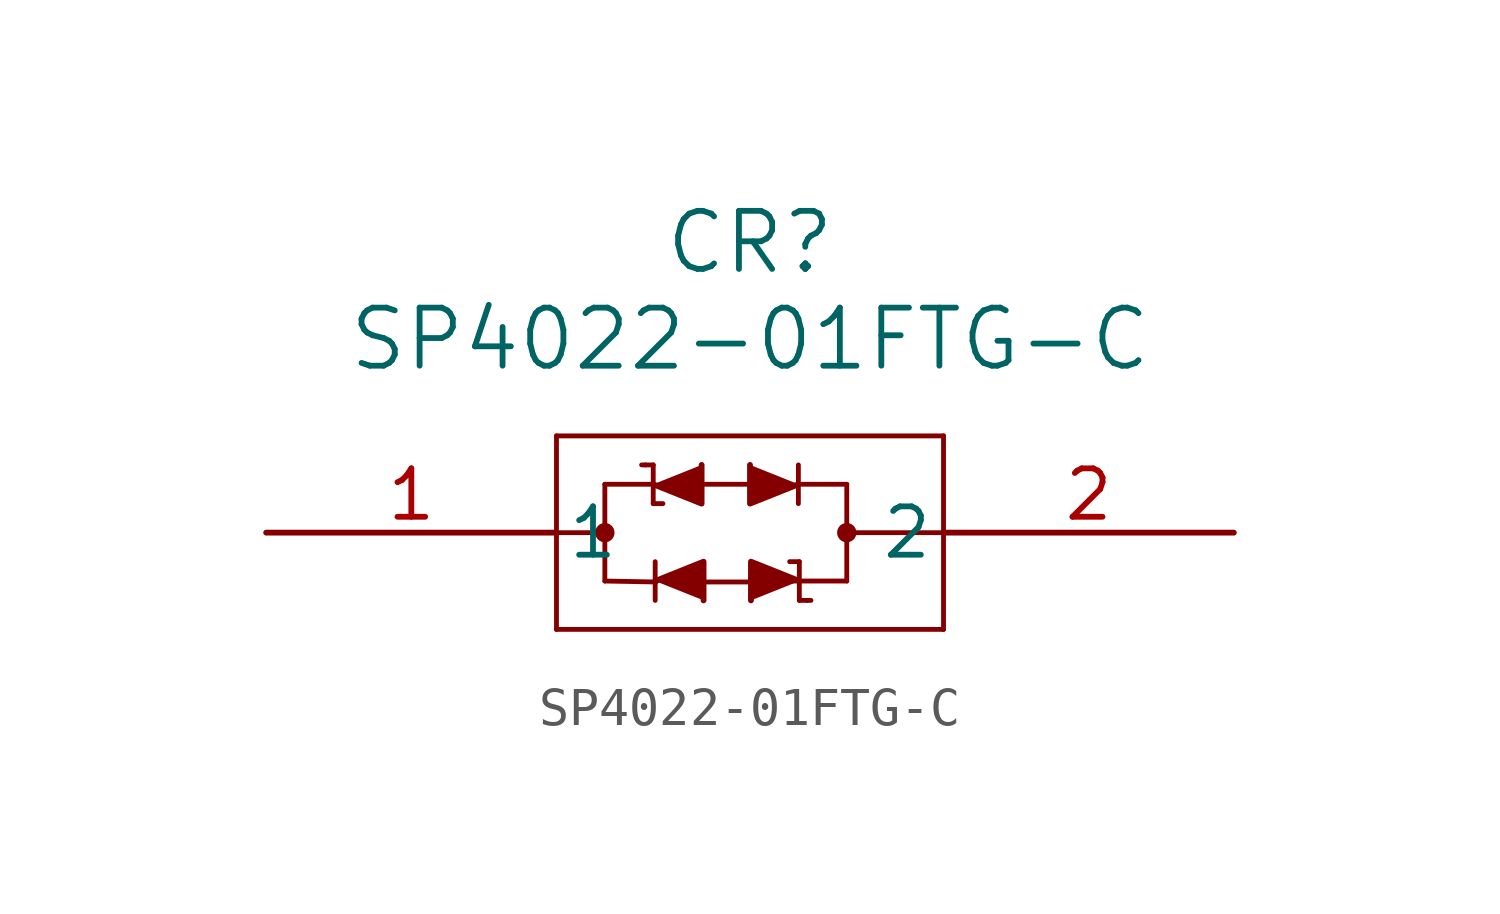
<source format=kicad_sym>
(kicad_symbol_lib
  (version 20211014)
  (generator kicad_symbol_editor)
  (symbol "SP4022-01FTG-C"
    (pin_names
      (offset 0.254))
    (property "Reference" "CR"
      (at 12.7 7.62 0)
      (effects (font (size 1.524 1.524))))
    (property "Value" "SP4022-01FTG-C"
      (at 12.7 5.08 0)
      (effects (font (size 1.524 1.524))))
    (polyline
      (pts (xy 7.62 2.54) (xy 7.62 -2.54))
      (stroke (width 0.127) (type default) (color 0 0 0 0))
      (fill (type none)))
    (polyline
      (pts (xy 7.62 -2.54) (xy 17.78 -2.54))
      (stroke (width 0.127) (type default) (color 0 0 0 0))
      (fill (type none)))
    (polyline
      (pts (xy 17.78 -2.54) (xy 17.78 2.54))
      (stroke (width 0.127) (type default) (color 0 0 0 0))
      (fill (type none)))
    (polyline
      (pts (xy 17.78 2.54) (xy 7.62 2.54))
      (stroke (width 0.127) (type default) (color 0 0 0 0))
      (fill (type none)))
    (polyline
      (pts (xy 8.89 0) (xy 7.62 0))
      (stroke (width 0.127) (type default) (color 0 0 0 0))
      (fill (type none)))
    (polyline
      (pts (xy 15.24 0) (xy 17.78 0))
      (stroke (width 0.127) (type default) (color 0 0 0 0))
      (fill (type none)))
    (polyline
      (pts (xy 8.89 1.27) (xy 8.89 -1.27))
      (stroke (width 0.127) (type default) (color 0 0 0 0))
      (fill (type none)))
    (polyline
      (pts (xy 8.89 1.27) (xy 10.16 1.27))
      (stroke (width 0.127) (type default) (color 0 0 0 0))
      (fill (type none)))
    (polyline
      (pts (xy 11.43 1.27) (xy 12.7 1.27))
      (stroke (width 0.127) (type default) (color 0 0 0 0))
      (fill (type none)))
    (polyline
      (pts (xy 13.97 1.778) (xy 13.97 0.762))
      (stroke (width 0.127) (type default) (color 0 0 0 0))
      (fill (type none)))
    (polyline
      (pts (xy 10.16 1.778) (xy 10.16 0.762))
      (stroke (width 0.127) (type default) (color 0 0 0 0))
      (fill (type none)))
    (polyline
      (pts (xy 10.16 1.778) (xy 9.957 1.778))
      (stroke (width 0.127) (type default) (color 0 0 0 0))
      (fill (type none)))
    (polyline
      (pts (xy 10.16 0.762) (xy 10.414 0.762))
      (stroke (width 0.127) (type default) (color 0 0 0 0))
      (fill (type none)))
    (polyline
      (pts (xy 10.211 -1.778) (xy 10.211 -0.762))
      (stroke (width 0.127) (type default) (color 0 0 0 0))
      (fill (type none)))
    (polyline
      (pts (xy 8.89 -1.27) (xy 10.236 -1.295))
      (stroke (width 0.127) (type default) (color 0 0 0 0))
      (fill (type none)))
    (polyline
      (pts (xy 12.7 -1.27) (xy 15.24 -1.27))
      (stroke (width 0.127) (type default) (color 0 0 0 0))
      (fill (type none)))
    (polyline
      (pts (xy 13.97 1.27) (xy 15.24 1.27))
      (stroke (width 0.127) (type default) (color 0 0 0 0))
      (fill (type none)))
    (polyline
      (pts (xy 15.24 1.27) (xy 15.24 -1.27))
      (stroke (width 0.127) (type default) (color 0 0 0 0))
      (fill (type none)))
    (polyline
      (pts (xy 13.97 1.27) (xy 12.7 0.762) (xy 12.7 1.778))
      (stroke (width 0) (type default) (color 0 0 0 0))
      (fill (type outline)))
    (polyline
      (pts (xy 10.16 1.27) (xy 11.43 0.762) (xy 11.43 1.778))
      (stroke (width 0) (type default) (color 0 0 0 0))
      (fill (type outline)))
    (polyline
      (pts (xy 10.211 -1.27) (xy 11.481 -0.762) (xy 11.481 -1.778))
      (stroke (width 0) (type default) (color 0 0 0 0))
      (fill (type outline)))
    (circle
      (center 8.89 0)
      (radius 0.127)
      (stroke (width 0.254) (type default) (color 0 0 0 0))
      (fill (type none)))
    (circle
      (center 15.24 0)
      (radius 0.127)
      (stroke (width 0.254) (type default) (color 0 0 0 0))
      (fill (type none)))
    (polyline
      (pts (xy 9.957 1.778) (xy 9.855 1.778))
      (stroke (width 0.127) (type default) (color 0 0 0 0))
      (fill (type none)))
    (polyline
      (pts (xy 12.649 -1.295) (xy 11.379 -1.295))
      (stroke (width 0.127) (type default) (color 0 0 0 0))
      (fill (type none)))
    (polyline
      (pts (xy 13.995 -1.778) (xy 13.995 -0.762))
      (stroke (width 0.127) (type default) (color 0 0 0 0))
      (fill (type none)))
    (polyline
      (pts (xy 13.995 -1.778) (xy 14.199 -1.778))
      (stroke (width 0.127) (type default) (color 0 0 0 0))
      (fill (type none)))
    (polyline
      (pts (xy 13.995 -0.762) (xy 13.741 -0.762))
      (stroke (width 0.127) (type default) (color 0 0 0 0))
      (fill (type none)))
    (polyline
      (pts (xy 14.199 -1.778) (xy 14.3 -1.778))
      (stroke (width 0.127) (type default) (color 0 0 0 0))
      (fill (type none)))
    (polyline
      (pts (xy 13.995 -1.27) (xy 12.725 -0.762) (xy 12.725 -1.778))
      (stroke (width 0) (type default) (color 0 0 0 0))
      (fill (type outline)))
    (pin unspecified line
      (at 25.4 0 180)
      (length 7.62)
      (name "2" (effects (font (size 1.27 1.27))))
      (number "2" (effects (font (size 1.27 1.27)))))
    (pin unspecified line
      (at 0 0 0)
      (length 7.62)
      (name "1" (effects (font (size 1.27 1.27))))
      (number "1" (effects (font (size 1.27 1.27)))))))
</source>
